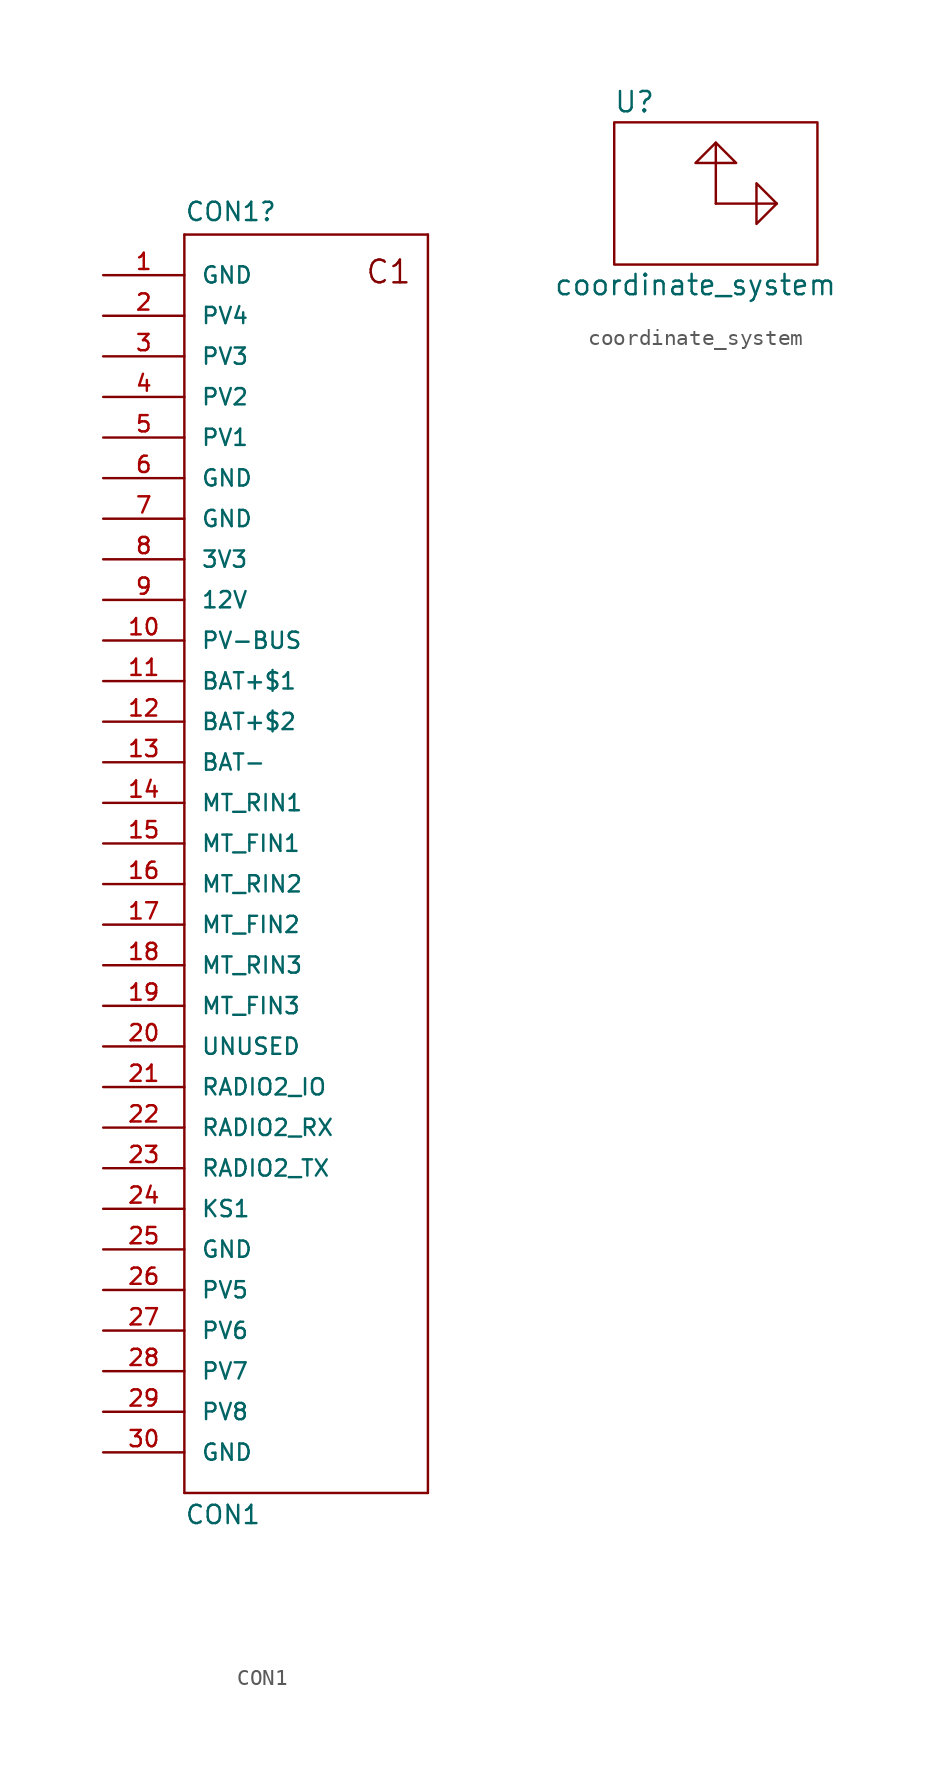
<source format=kicad_sym>
(kicad_symbol_lib
  (version 20211014)
  (generator kicad_symbol_editor)
  (symbol "CON1"
    (pin_names
      (offset 1.016))
    (property "Reference" "CON1"
      (at -7.62 38.862 0)
      (effects (font (size 1.143 1.143)) (justify left bottom)))
    (property "Value" "CON1"
      (at -7.62 -42.672 0)
      (effects (font (size 1.143 1.143)) (justify left bottom)))
    (symbol "CON1_1_0"
      (polyline (pts (xy -7.62 -40.64) (xy -7.62 38.1)) (stroke (width 0) (type default) (color 0 0 0 0)) (fill (type none)))
      (polyline (pts (xy -7.62 38.1) (xy 7.62 38.1)) (stroke (width 0) (type default) (color 0 0 0 0)) (fill (type none)))
      (polyline (pts (xy 7.62 -40.64) (xy -7.62 -40.64)) (stroke (width 0) (type default) (color 0 0 0 0)) (fill (type none)))
      (polyline (pts (xy 7.62 38.1) (xy 7.62 -40.64)) (stroke (width 0) (type default) (color 0 0 0 0)) (fill (type none)))
      (text "C1" (at 5.156 35.763 0) (effects (font (size 1.422 1.422)))))
    (symbol "CON1_1_1"
      (pin bidirectional line (at -12.7 35.56 0) (length 5.08) (name "GND" (effects (font (size 1.016 1.016)))) (number "1" (effects (font (size 1.016 1.016)))))
      (pin bidirectional line (at -12.7 12.7 0) (length 5.08) (name "PV-BUS" (effects (font (size 1.016 1.016)))) (number "10" (effects (font (size 1.016 1.016)))))
      (pin bidirectional line (at -12.7 10.16 0) (length 5.08) (name "BAT+$1" (effects (font (size 1.016 1.016)))) (number "11" (effects (font (size 1.016 1.016)))))
      (pin bidirectional line (at -12.7 7.62 0) (length 5.08) (name "BAT+$2" (effects (font (size 1.016 1.016)))) (number "12" (effects (font (size 1.016 1.016)))))
      (pin bidirectional line (at -12.7 5.08 0) (length 5.08) (name "BAT-" (effects (font (size 1.016 1.016)))) (number "13" (effects (font (size 1.016 1.016)))))
      (pin bidirectional line (at -12.7 2.54 0) (length 5.08) (name "MT_RIN1" (effects (font (size 1.016 1.016)))) (number "14" (effects (font (size 1.016 1.016)))))
      (pin bidirectional line (at -12.7 0 0) (length 5.08) (name "MT_FIN1" (effects (font (size 1.016 1.016)))) (number "15" (effects (font (size 1.016 1.016)))))
      (pin bidirectional line (at -12.7 -2.54 0) (length 5.08) (name "MT_RIN2" (effects (font (size 1.016 1.016)))) (number "16" (effects (font (size 1.016 1.016)))))
      (pin bidirectional line (at -12.7 -5.08 0) (length 5.08) (name "MT_FIN2" (effects (font (size 1.016 1.016)))) (number "17" (effects (font (size 1.016 1.016)))))
      (pin bidirectional line (at -12.7 -7.62 0) (length 5.08) (name "MT_RIN3" (effects (font (size 1.016 1.016)))) (number "18" (effects (font (size 1.016 1.016)))))
      (pin bidirectional line (at -12.7 -10.16 0) (length 5.08) (name "MT_FIN3" (effects (font (size 1.016 1.016)))) (number "19" (effects (font (size 1.016 1.016)))))
      (pin bidirectional line (at -12.7 33.02 0) (length 5.08) (name "PV4" (effects (font (size 1.016 1.016)))) (number "2" (effects (font (size 1.016 1.016)))))
      (pin bidirectional line (at -12.7 -12.7 0) (length 5.08) (name "UNUSED" (effects (font (size 1.016 1.016)))) (number "20" (effects (font (size 1.016 1.016)))))
      (pin bidirectional line (at -12.7 -15.24 0) (length 5.08) (name "RADIO2_IO" (effects (font (size 1.016 1.016)))) (number "21" (effects (font (size 1.016 1.016)))))
      (pin bidirectional line (at -12.7 -17.78 0) (length 5.08) (name "RADIO2_RX" (effects (font (size 1.016 1.016)))) (number "22" (effects (font (size 1.016 1.016)))))
      (pin bidirectional line (at -12.7 -20.32 0) (length 5.08) (name "RADIO2_TX" (effects (font (size 1.016 1.016)))) (number "23" (effects (font (size 1.016 1.016)))))
      (pin bidirectional line (at -12.7 -22.86 0) (length 5.08) (name "KS1" (effects (font (size 1.016 1.016)))) (number "24" (effects (font (size 1.016 1.016)))))
      (pin bidirectional line (at -12.7 -25.4 0) (length 5.08) (name "GND" (effects (font (size 1.016 1.016)))) (number "25" (effects (font (size 1.016 1.016)))))
      (pin bidirectional line (at -12.7 -27.94 0) (length 5.08) (name "PV5" (effects (font (size 1.016 1.016)))) (number "26" (effects (font (size 1.016 1.016)))))
      (pin bidirectional line (at -12.7 -30.48 0) (length 5.08) (name "PV6" (effects (font (size 1.016 1.016)))) (number "27" (effects (font (size 1.016 1.016)))))
      (pin bidirectional line (at -12.7 -33.02 0) (length 5.08) (name "PV7" (effects (font (size 1.016 1.016)))) (number "28" (effects (font (size 1.016 1.016)))))
      (pin bidirectional line (at -12.7 -35.56 0) (length 5.08) (name "PV8" (effects (font (size 1.016 1.016)))) (number "29" (effects (font (size 1.016 1.016)))))
      (pin bidirectional line (at -12.7 30.48 0) (length 5.08) (name "PV3" (effects (font (size 1.016 1.016)))) (number "3" (effects (font (size 1.016 1.016)))))
      (pin bidirectional line (at -12.7 -38.1 0) (length 5.08) (name "GND" (effects (font (size 1.016 1.016)))) (number "30" (effects (font (size 1.016 1.016)))))
      (pin bidirectional line (at -12.7 27.94 0) (length 5.08) (name "PV2" (effects (font (size 1.016 1.016)))) (number "4" (effects (font (size 1.016 1.016)))))
      (pin bidirectional line (at -12.7 25.4 0) (length 5.08) (name "PV1" (effects (font (size 1.016 1.016)))) (number "5" (effects (font (size 1.016 1.016)))))
      (pin bidirectional line (at -12.7 22.86 0) (length 5.08) (name "GND" (effects (font (size 1.016 1.016)))) (number "6" (effects (font (size 1.016 1.016)))))
      (pin bidirectional line (at -12.7 20.32 0) (length 5.08) (name "GND" (effects (font (size 1.016 1.016)))) (number "7" (effects (font (size 1.016 1.016)))))
      (pin bidirectional line (at -12.7 17.78 0) (length 5.08) (name "3V3" (effects (font (size 1.016 1.016)))) (number "8" (effects (font (size 1.016 1.016)))))
      (pin bidirectional line (at -12.7 15.24 0) (length 5.08) (name "12V" (effects (font (size 1.016 1.016)))) (number "9" (effects (font (size 1.016 1.016)))))))
  (symbol "coordinate_system"
    (pin_names
      (offset 1.016))
    (property "Reference" "U"
      (at -5.08 6.35 0)
      (effects (font (size 1.27 1.27))))
    (property "Value" "coordinate_system"
      (at -1.27 -5.08 0)
      (effects (font (size 1.27 1.27))))
    (symbol "coordinate_system_0_1"
      (rectangle (start -6.35 5.08) (end 6.35 -3.81) (stroke (width 0) (type default) (color 0 0 0 0)) (fill (type none)))
      (polyline (pts (xy 0 0) (xy 0 3.81)) (stroke (width 0) (type default) (color 0 0 0 0)) (fill (type none)))
      (polyline (pts (xy 0 0) (xy 3.81 0)) (stroke (width 0) (type default) (color 0 0 0 0)) (fill (type none)))
      (polyline (pts (xy 0 3.81) (xy -1.27 2.54) (xy 1.27 2.54) (xy 0 3.81)) (stroke (width 0) (type default) (color 0 0 0 0)) (fill (type none)))
      (polyline (pts (xy 3.81 0) (xy 2.54 1.27) (xy 2.54 -1.27) (xy 3.81 0)) (stroke (width 0) (type default) (color 0 0 0 0)) (fill (type none))))))
</source>
